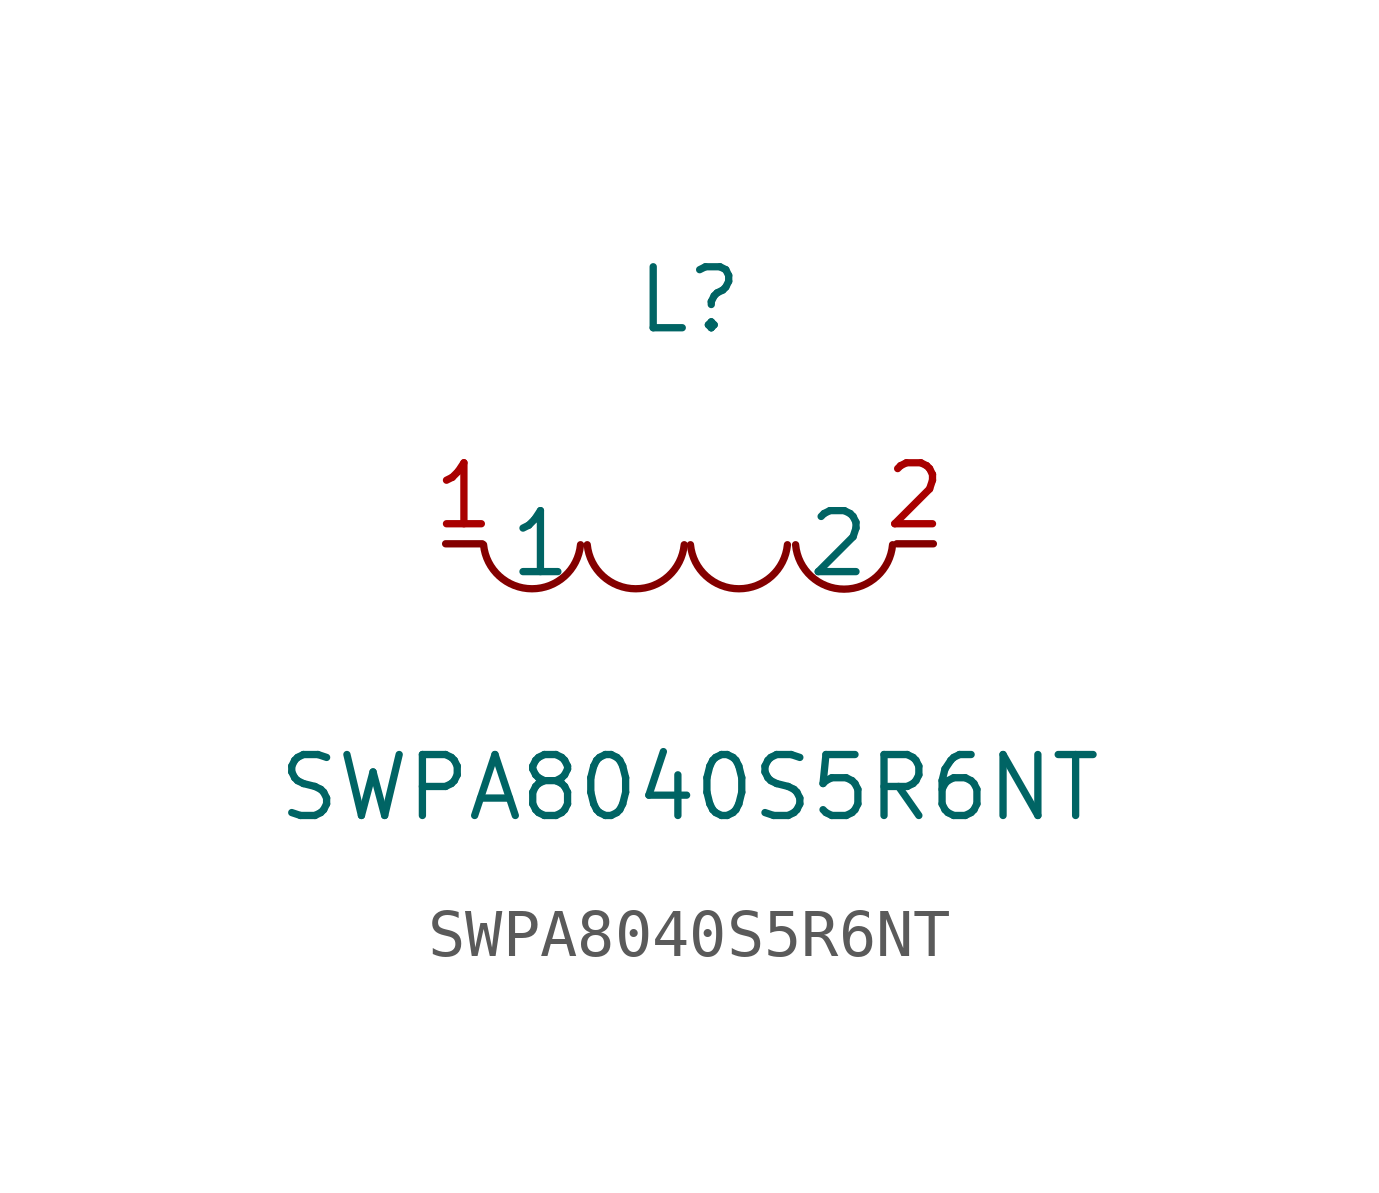
<source format=kicad_sym>
(kicad_symbol_lib
  (version 1)
  (generator "faebryk")
  (symbol "SWPA8040S5R6NT"
    (property "Reference" "L"
      (at 0 5.08 0)
      (effects (font (size 1.27 1.27)) (hide no)))
    (property "Value" "SWPA8040S5R6NT"
      (at 0 -5.08 0)
      (effects (font (size 1.27 1.27)) (hide no)))
    (symbol "SWPA8040S5R6NT_0_1"
      (arc (start -4.29 -0.02) (mid -2.52 -0.79) (end -2.27 -0.02) (stroke (width 0) (type default) (color 0 0 0 0)) (fill (type none)))
      (arc (start -2.13 -0.02) (mid -0.36 -0.79) (end -0.11 -0.02) (stroke (width 0) (type default) (color 0 0 0 0)) (fill (type none)))
      (arc (start 0.02 -0.02) (mid 1.79 -0.79) (end 2.04 -0.02) (stroke (width 0) (type default) (color 0 0 0 0)) (fill (type none)))
      (arc (start 2.21 -0.02) (mid 3.3 -1.12) (end 4.23 -0.02) (stroke (width 0) (type default) (color 0 0 0 0)) (fill (type none)))
      (pin unspecified line (at 5.08 0 180) (length 0.762) (name "2" (effects (font (size 1.27 1.27)) (hide no))) (number "2" (effects (font (size 1.27 1.27)) (hide no))))
      (pin unspecified line (at -5.08 0 0) (length 0.762) (name "1" (effects (font (size 1.27 1.27)) (hide no))) (number "1" (effects (font (size 1.27 1.27)) (hide no)))))))
</source>
